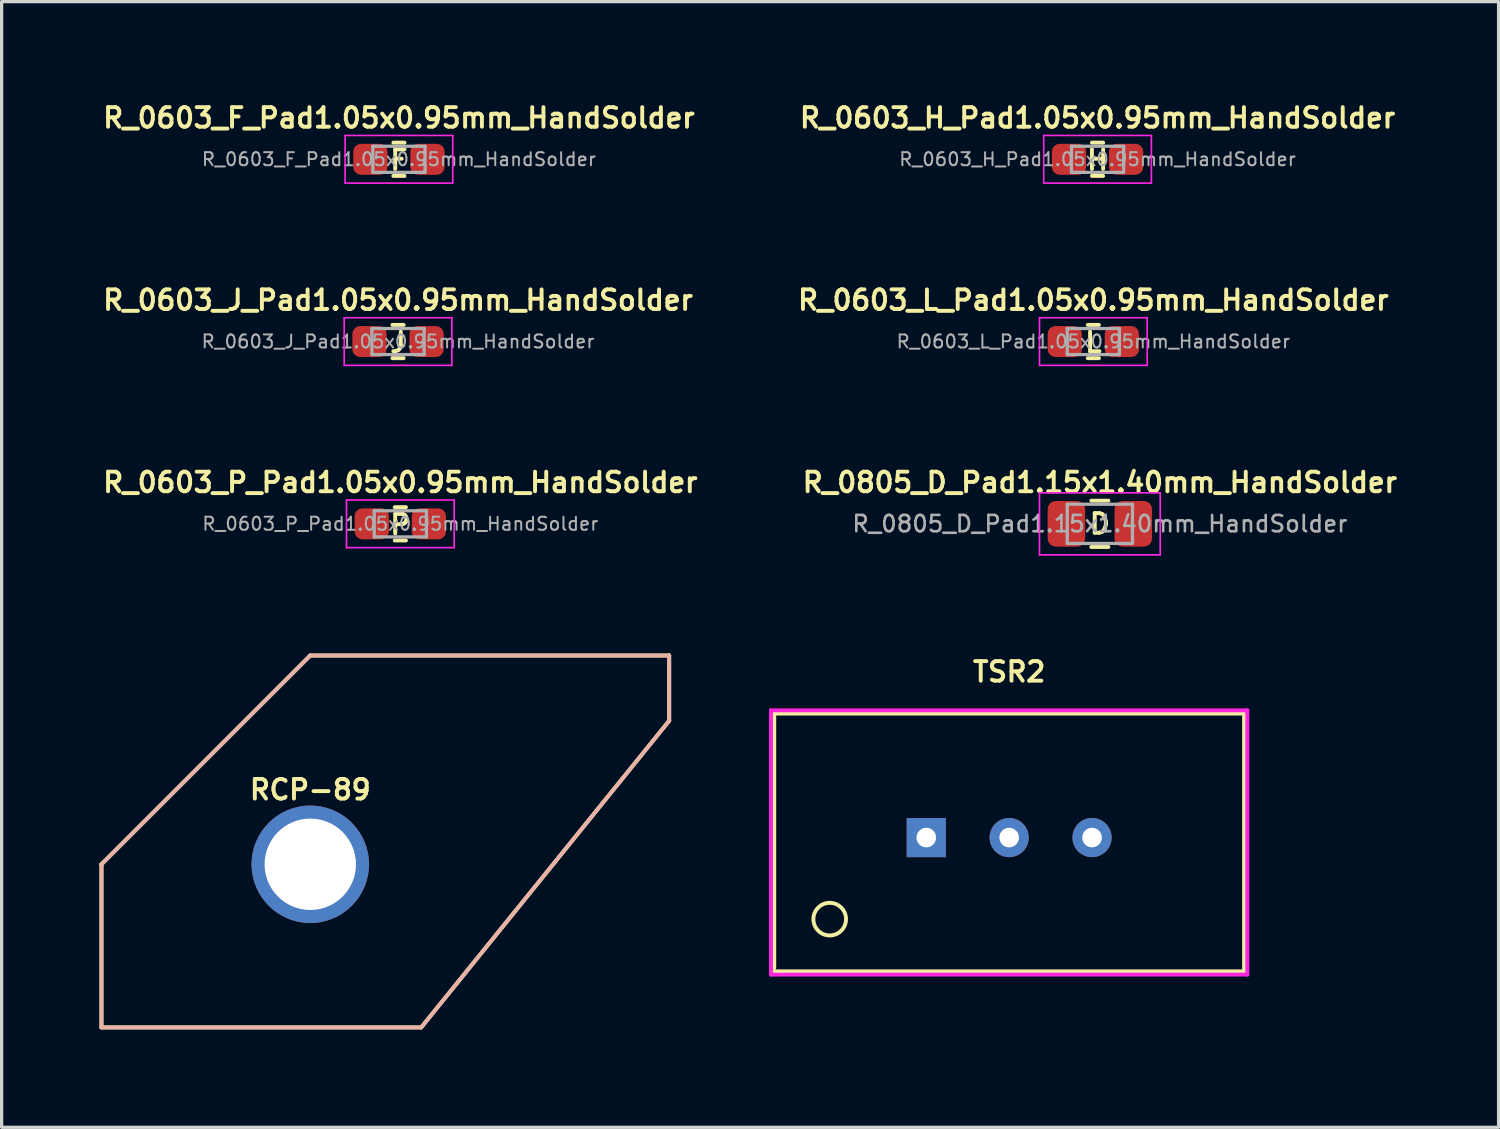
<source format=kicad_pcb>
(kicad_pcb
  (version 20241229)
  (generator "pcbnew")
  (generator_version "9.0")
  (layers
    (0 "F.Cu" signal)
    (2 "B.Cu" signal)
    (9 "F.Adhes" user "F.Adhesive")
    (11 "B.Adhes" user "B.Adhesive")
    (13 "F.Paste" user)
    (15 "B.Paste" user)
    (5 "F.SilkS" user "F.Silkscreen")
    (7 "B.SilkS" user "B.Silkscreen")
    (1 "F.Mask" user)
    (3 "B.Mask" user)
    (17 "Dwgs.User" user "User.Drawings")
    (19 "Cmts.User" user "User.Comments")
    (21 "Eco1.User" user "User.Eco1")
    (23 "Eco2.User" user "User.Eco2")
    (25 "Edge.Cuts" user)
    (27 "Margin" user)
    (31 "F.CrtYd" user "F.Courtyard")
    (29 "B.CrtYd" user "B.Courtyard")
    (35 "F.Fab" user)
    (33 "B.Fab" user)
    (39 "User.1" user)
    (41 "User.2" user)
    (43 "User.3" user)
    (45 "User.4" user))
  (footprint "R_0603_J_Pad1.05x0.95mm_HandSolder"
    (layer "F.Cu")
    (at 9.149 7.418)
    (property "Reference" "R_0603_J_Pad1.05x0.95mm_HandSolder" (at 0 -1.27 0) (layer "F.SilkS") (effects (font (size 0.6 0.6) (thickness 0.12))))
    (attr smd)
    (fp_line (start -0.171 -0.51) (end 0.171 -0.51) (stroke (width 0.12) (type solid)) (layer "F.SilkS"))
    (fp_line (start -0.171 0.51) (end 0.171 0.51) (stroke (width 0.12) (type solid)) (layer "F.SilkS"))
    (fp_line (start -1.65 -0.73) (end 1.65 -0.73) (stroke (width 0.05) (type solid)) (layer "F.CrtYd"))
    (fp_line (start -1.65 0.73) (end -1.65 -0.73) (stroke (width 0.05) (type solid)) (layer "F.CrtYd"))
    (fp_line (start 1.65 -0.73) (end 1.65 0.73) (stroke (width 0.05) (type solid)) (layer "F.CrtYd"))
    (fp_line (start 1.65 0.73) (end -1.65 0.73) (stroke (width 0.05) (type solid)) (layer "F.CrtYd"))
    (fp_line (start -0.8 -0.4) (end 0.8 -0.4) (stroke (width 0.1) (type solid)) (layer "F.Fab"))
    (fp_line (start -0.8 0.4) (end -0.8 -0.4) (stroke (width 0.1) (type solid)) (layer "F.Fab"))
    (fp_line (start 0.8 -0.4) (end 0.8 0.4) (stroke (width 0.1) (type solid)) (layer "F.Fab"))
    (fp_line (start 0.8 0.4) (end -0.8 0.4) (stroke (width 0.1) (type solid)) (layer "F.Fab"))
    (fp_text user "J" (at 0 0.025 0) (layer "F.SilkS") (effects (font (size 0.6 0.6) (thickness 0.12))))
    (fp_text user "${REFERENCE}" (at 0 0 0) (layer "F.Fab") (effects (font (size 0.4 0.4) (thickness 0.06))))
    (pad "1" smd roundrect (at -0.875 0) (size 1.05 0.95) (layers "F.Cu" "F.Mask" "F.Paste") (roundrect_rratio 0.25))
    (pad "2" smd roundrect (at 0.875 0) (size 1.05 0.95) (layers "F.Cu" "F.Mask" "F.Paste") (roundrect_rratio 0.25)))
  (footprint "R_0603_F_Pad1.05x0.95mm_HandSolder"
    (layer "F.Cu")
    (at 9.177 1.832)
    (property "Reference" "R_0603_F_Pad1.05x0.95mm_HandSolder" (at 0 -1.27 0) (layer "F.SilkS") (effects (font (size 0.6 0.6) (thickness 0.12))))
    (attr smd)
    (fp_line (start -0.171 -0.51) (end 0.171 -0.51) (stroke (width 0.12) (type solid)) (layer "F.SilkS"))
    (fp_line (start -0.171 0.51) (end 0.171 0.51) (stroke (width 0.12) (type solid)) (layer "F.SilkS"))
    (fp_line (start -1.65 -0.73) (end 1.65 -0.73) (stroke (width 0.05) (type solid)) (layer "F.CrtYd"))
    (fp_line (start -1.65 0.73) (end -1.65 -0.73) (stroke (width 0.05) (type solid)) (layer "F.CrtYd"))
    (fp_line (start 1.65 -0.73) (end 1.65 0.73) (stroke (width 0.05) (type solid)) (layer "F.CrtYd"))
    (fp_line (start 1.65 0.73) (end -1.65 0.73) (stroke (width 0.05) (type solid)) (layer "F.CrtYd"))
    (fp_line (start -0.8 -0.4) (end 0.8 -0.4) (stroke (width 0.1) (type solid)) (layer "F.Fab"))
    (fp_line (start -0.8 0.4) (end -0.8 -0.4) (stroke (width 0.1) (type solid)) (layer "F.Fab"))
    (fp_line (start 0.8 -0.4) (end 0.8 0.4) (stroke (width 0.1) (type solid)) (layer "F.Fab"))
    (fp_line (start 0.8 0.4) (end -0.8 0.4) (stroke (width 0.1) (type solid)) (layer "F.Fab"))
    (fp_text user "F" (at 0 0.025 0) (layer "F.SilkS") (effects (font (size 0.6 0.6) (thickness 0.12))))
    (fp_text user "${REFERENCE}" (at 0 0 0) (layer "F.Fab") (effects (font (size 0.4 0.4) (thickness 0.06))))
    (pad "1" smd roundrect (at -0.875 0) (size 1.05 0.95) (layers "F.Cu" "F.Mask" "F.Paste") (roundrect_rratio 0.25))
    (pad "2" smd roundrect (at 0.875 0) (size 1.05 0.95) (layers "F.Cu" "F.Mask" "F.Paste") (roundrect_rratio 0.25)))
  (footprint "TSR2"
    (layer "F.Cu")
    (at 27.88 22.621)
    (property "Reference" "TSR2" (at 0 -5.08 0) (layer "F.SilkS") (effects (font (size 0.6 0.6) (thickness 0.12))))
    (attr through_hole)
    (fp_line (start -7.2 -3.8) (end 7.2 -3.8) (stroke (width 0.12) (type solid)) (layer "F.SilkS"))
    (fp_line (start -7.2 4) (end -7.2 -3.8) (stroke (width 0.12) (type solid)) (layer "F.SilkS"))
    (fp_line (start 7.2 -3.8) (end 7.2 4.1) (stroke (width 0.12) (type solid)) (layer "F.SilkS"))
    (fp_line (start 7.2 4.1) (end -7.2 4.1) (stroke (width 0.12) (type solid)) (layer "F.SilkS"))
    (fp_circle (center -5.5 2.5) (end -5.5 3) (stroke (width 0.12) (type solid)) (fill no) (layer "F.SilkS"))
    (fp_line (start -7.3 -3.9) (end 7.3 -3.9) (stroke (width 0.12) (type solid)) (layer "F.CrtYd"))
    (fp_line (start -7.3 4.2) (end -7.3 -3.9) (stroke (width 0.12) (type solid)) (layer "F.CrtYd"))
    (fp_line (start 7.3 -3.9) (end 7.3 4.2) (stroke (width 0.12) (type solid)) (layer "F.CrtYd"))
    (fp_line (start 7.3 4.2) (end -7.3 4.2) (stroke (width 0.12) (type solid)) (layer "F.CrtYd"))
    (pad "1" thru_hole rect (at -2.54 0) (size 1.2 1.2) (drill 0.6) (layers "*.Cu" "*.Mask"))
    (pad "2" thru_hole circle (at 0 0) (size 1.2 1.2) (drill 0.6) (layers "*.Cu" "*.Mask"))
    (pad "3" thru_hole circle (at 2.54 0) (size 1.2 1.2) (drill 0.6) (layers "*.Cu" "*.Mask")))
  (footprint "RCP-89"
    (layer "F.Cu")
    (at 6.46 23.44)
    (property "Reference" "RCP-89" (at 0 -2.286 0) (layer "F.SilkS") (effects (font (size 0.6 0.6) (thickness 0.12))))
    (attr through_hole)
    (fp_line (start -6.4 0) (end -6.4 0) (stroke (width 0.12) (type solid)) (layer "F.SilkS"))
    (fp_line (start -6.4 0) (end -6.4 5) (stroke (width 0.12) (type solid)) (layer "F.SilkS"))
    (fp_line (start -6.4 0) (end 0 -6.4) (stroke (width 0.12) (type solid)) (layer "F.SilkS"))
    (fp_line (start -6.4 5) (end 3.4 5) (stroke (width 0.12) (type solid)) (layer "F.SilkS"))
    (fp_line (start 0 -6.4) (end 11 -6.4) (stroke (width 0.12) (type solid)) (layer "F.SilkS"))
    (fp_line (start 11 -6.4) (end 11 -4.4) (stroke (width 0.12) (type solid)) (layer "F.SilkS"))
    (fp_line (start 11 -4.4) (end 3.4 5) (stroke (width 0.12) (type solid)) (layer "F.SilkS"))
    (fp_line (start -6.4 5) (end -6.4 0) (stroke (width 0.12) (type solid)) (layer "B.SilkS"))
    (fp_line (start 0 -6.4) (end -6.4 0) (stroke (width 0.12) (type solid)) (layer "B.SilkS"))
    (fp_line (start 0 -6.4) (end 11 -6.4) (stroke (width 0.12) (type solid)) (layer "B.SilkS"))
    (fp_line (start 3.4 5) (end -6.4 5) (stroke (width 0.12) (type solid)) (layer "B.SilkS"))
    (fp_line (start 3.4 5) (end 11 -4.4) (stroke (width 0.12) (type solid)) (layer "B.SilkS"))
    (fp_line (start 11 -6.4) (end 11 -4.4) (stroke (width 0.12) (type solid)) (layer "B.SilkS"))
    (pad "1" thru_hole circle (at 0 0) (size 3.6 3.6) (drill 2.8) (layers "*.Cu" "*.Mask")))
  (footprint "R_0603_P_Pad1.05x0.95mm_HandSolder"
    (layer "F.Cu")
    (at 9.22 13.005)
    (property "Reference" "R_0603_P_Pad1.05x0.95mm_HandSolder" (at 0 -1.27 0) (layer "F.SilkS") (effects (font (size 0.6 0.6) (thickness 0.12))))
    (attr smd)
    (fp_line (start -0.171 -0.51) (end 0.171 -0.51) (stroke (width 0.12) (type solid)) (layer "F.SilkS"))
    (fp_line (start -0.171 0.51) (end 0.171 0.51) (stroke (width 0.12) (type solid)) (layer "F.SilkS"))
    (fp_line (start -1.65 -0.73) (end 1.65 -0.73) (stroke (width 0.05) (type solid)) (layer "F.CrtYd"))
    (fp_line (start -1.65 0.73) (end -1.65 -0.73) (stroke (width 0.05) (type solid)) (layer "F.CrtYd"))
    (fp_line (start 1.65 -0.73) (end 1.65 0.73) (stroke (width 0.05) (type solid)) (layer "F.CrtYd"))
    (fp_line (start 1.65 0.73) (end -1.65 0.73) (stroke (width 0.05) (type solid)) (layer "F.CrtYd"))
    (fp_line (start -0.8 -0.4) (end 0.8 -0.4) (stroke (width 0.1) (type solid)) (layer "F.Fab"))
    (fp_line (start -0.8 0.4) (end -0.8 -0.4) (stroke (width 0.1) (type solid)) (layer "F.Fab"))
    (fp_line (start 0.8 -0.4) (end 0.8 0.4) (stroke (width 0.1) (type solid)) (layer "F.Fab"))
    (fp_line (start 0.8 0.4) (end -0.8 0.4) (stroke (width 0.1) (type solid)) (layer "F.Fab"))
    (fp_text user "P" (at 0 0.025 0) (layer "F.SilkS") (effects (font (size 0.6 0.6) (thickness 0.12))))
    (fp_text user "${REFERENCE}" (at 0 0 0) (layer "F.Fab") (effects (font (size 0.4 0.4) (thickness 0.06))))
    (pad "1" smd roundrect (at -0.875 0) (size 1.05 0.95) (layers "F.Cu" "F.Mask" "F.Paste") (roundrect_rratio 0.25))
    (pad "2" smd roundrect (at 0.875 0) (size 1.05 0.95) (layers "F.Cu" "F.Mask" "F.Paste") (roundrect_rratio 0.25)))
  (footprint "R_0805_D_Pad1.15x1.40mm_HandSolder"
    (layer "F.Cu")
    (at 30.66 13.005)
    (property "Reference" "R_0805_D_Pad1.15x1.40mm_HandSolder" (at 0 -1.27 0) (layer "F.SilkS") (effects (font (size 0.6 0.6) (thickness 0.12))))
    (attr smd)
    (fp_line (start -0.261 -0.71) (end 0.261 -0.71) (stroke (width 0.12) (type solid)) (layer "F.SilkS"))
    (fp_line (start -0.261 0.71) (end 0.261 0.71) (stroke (width 0.12) (type solid)) (layer "F.SilkS"))
    (fp_line (start -1.85 -0.95) (end 1.85 -0.95) (stroke (width 0.05) (type solid)) (layer "F.CrtYd"))
    (fp_line (start -1.85 0.95) (end -1.85 -0.95) (stroke (width 0.05) (type solid)) (layer "F.CrtYd"))
    (fp_line (start 1.85 -0.95) (end 1.85 0.95) (stroke (width 0.05) (type solid)) (layer "F.CrtYd"))
    (fp_line (start 1.85 0.95) (end -1.85 0.95) (stroke (width 0.05) (type solid)) (layer "F.CrtYd"))
    (fp_line (start -1 -0.6) (end 1 -0.6) (stroke (width 0.1) (type solid)) (layer "F.Fab"))
    (fp_line (start -1 0.6) (end -1 -0.6) (stroke (width 0.1) (type solid)) (layer "F.Fab"))
    (fp_line (start 1 -0.6) (end 1 0.6) (stroke (width 0.1) (type solid)) (layer "F.Fab"))
    (fp_line (start 1 0.6) (end -1 0.6) (stroke (width 0.1) (type solid)) (layer "F.Fab"))
    (fp_text user "D" (at 0 0 0) (layer "F.SilkS") (effects (font (size 0.6 0.6) (thickness 0.12))))
    (fp_text user "${REFERENCE}" (at 0 0 0) (layer "F.Fab") (effects (font (size 0.5 0.5) (thickness 0.08))))
    (pad "1" smd roundrect (at -1.025 0) (size 1.15 1.4) (layers "F.Cu" "F.Mask" "F.Paste") (roundrect_rratio 0.217))
    (pad "2" smd roundrect (at 1.025 0) (size 1.15 1.4) (layers "F.Cu" "F.Mask" "F.Paste") (roundrect_rratio 0.217)))
  (footprint "R_0603_H_Pad1.05x0.95mm_HandSolder"
    (layer "F.Cu")
    (at 30.589 1.832)
    (property "Reference" "R_0603_H_Pad1.05x0.95mm_HandSolder" (at 0 -1.27 0) (layer "F.SilkS") (effects (font (size 0.6 0.6) (thickness 0.12))))
    (attr smd)
    (fp_line (start -0.171 -0.51) (end 0.171 -0.51) (stroke (width 0.12) (type solid)) (layer "F.SilkS"))
    (fp_line (start -0.171 0.51) (end 0.171 0.51) (stroke (width 0.12) (type solid)) (layer "F.SilkS"))
    (fp_line (start -1.65 -0.73) (end 1.65 -0.73) (stroke (width 0.05) (type solid)) (layer "F.CrtYd"))
    (fp_line (start -1.65 0.73) (end -1.65 -0.73) (stroke (width 0.05) (type solid)) (layer "F.CrtYd"))
    (fp_line (start 1.65 -0.73) (end 1.65 0.73) (stroke (width 0.05) (type solid)) (layer "F.CrtYd"))
    (fp_line (start 1.65 0.73) (end -1.65 0.73) (stroke (width 0.05) (type solid)) (layer "F.CrtYd"))
    (fp_line (start -0.8 -0.4) (end 0.8 -0.4) (stroke (width 0.1) (type solid)) (layer "F.Fab"))
    (fp_line (start -0.8 0.4) (end -0.8 -0.4) (stroke (width 0.1) (type solid)) (layer "F.Fab"))
    (fp_line (start 0.8 -0.4) (end 0.8 0.4) (stroke (width 0.1) (type solid)) (layer "F.Fab"))
    (fp_line (start 0.8 0.4) (end -0.8 0.4) (stroke (width 0.1) (type solid)) (layer "F.Fab"))
    (fp_text user "H" (at 0 0.025 0) (layer "F.SilkS") (effects (font (size 0.6 0.6) (thickness 0.12))))
    (fp_text user "${REFERENCE}" (at 0 0 0) (layer "F.Fab") (effects (font (size 0.4 0.4) (thickness 0.06))))
    (pad "1" smd roundrect (at -0.875 0) (size 1.05 0.95) (layers "F.Cu" "F.Mask" "F.Paste") (roundrect_rratio 0.25))
    (pad "2" smd roundrect (at 0.875 0) (size 1.05 0.95) (layers "F.Cu" "F.Mask" "F.Paste") (roundrect_rratio 0.25)))
  (footprint "R_0603_L_Pad1.05x0.95mm_HandSolder"
    (layer "F.Cu")
    (at 30.46 7.418)
    (property "Reference" "R_0603_L_Pad1.05x0.95mm_HandSolder" (at 0 -1.27 0) (layer "F.SilkS") (effects (font (size 0.6 0.6) (thickness 0.12))))
    (attr smd)
    (fp_line (start -0.171 -0.51) (end 0.171 -0.51) (stroke (width 0.12) (type solid)) (layer "F.SilkS"))
    (fp_line (start -0.171 0.51) (end 0.171 0.51) (stroke (width 0.12) (type solid)) (layer "F.SilkS"))
    (fp_line (start -1.65 -0.73) (end 1.65 -0.73) (stroke (width 0.05) (type solid)) (layer "F.CrtYd"))
    (fp_line (start -1.65 0.73) (end -1.65 -0.73) (stroke (width 0.05) (type solid)) (layer "F.CrtYd"))
    (fp_line (start 1.65 -0.73) (end 1.65 0.73) (stroke (width 0.05) (type solid)) (layer "F.CrtYd"))
    (fp_line (start 1.65 0.73) (end -1.65 0.73) (stroke (width 0.05) (type solid)) (layer "F.CrtYd"))
    (fp_line (start -0.8 -0.4) (end 0.8 -0.4) (stroke (width 0.1) (type solid)) (layer "F.Fab"))
    (fp_line (start -0.8 0.4) (end -0.8 -0.4) (stroke (width 0.1) (type solid)) (layer "F.Fab"))
    (fp_line (start 0.8 -0.4) (end 0.8 0.4) (stroke (width 0.1) (type solid)) (layer "F.Fab"))
    (fp_line (start 0.8 0.4) (end -0.8 0.4) (stroke (width 0.1) (type solid)) (layer "F.Fab"))
    (fp_text user "L" (at 0 0.025 0) (layer "F.SilkS") (effects (font (size 0.6 0.6) (thickness 0.12))))
    (fp_text user "${REFERENCE}" (at 0 0 0) (layer "F.Fab") (effects (font (size 0.4 0.4) (thickness 0.06))))
    (pad "1" smd roundrect (at -0.875 0) (size 1.05 0.95) (layers "F.Cu" "F.Mask" "F.Paste") (roundrect_rratio 0.25))
    (pad "2" smd roundrect (at 0.875 0) (size 1.05 0.95) (layers "F.Cu" "F.Mask" "F.Paste") (roundrect_rratio 0.25)))
  (gr_rect
    (start -3 -3)
    (end 42.88 31.5)
    (stroke (width 0.1) (type default))
    (fill no)
    (layer "Edge.Cuts")))
</source>
